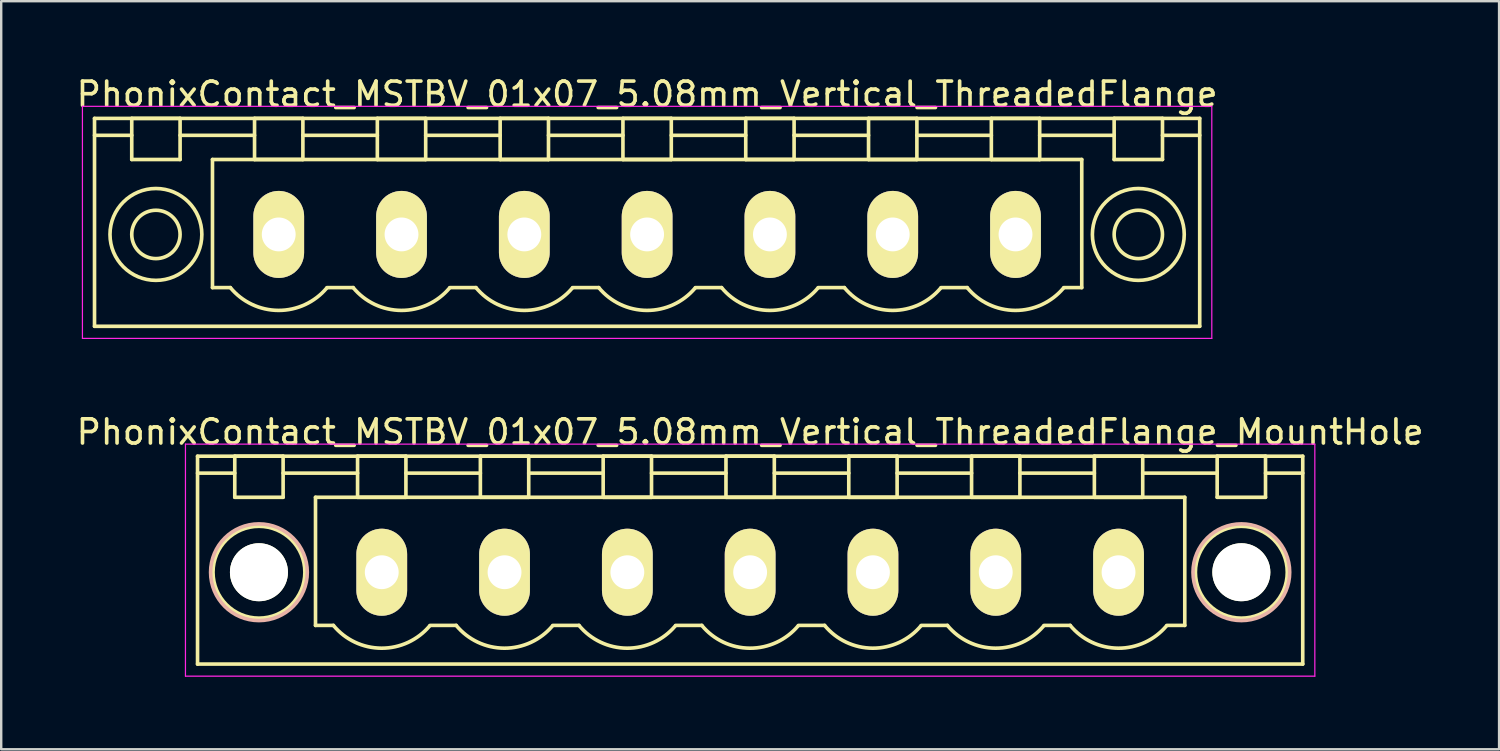
<source format=kicad_pcb>
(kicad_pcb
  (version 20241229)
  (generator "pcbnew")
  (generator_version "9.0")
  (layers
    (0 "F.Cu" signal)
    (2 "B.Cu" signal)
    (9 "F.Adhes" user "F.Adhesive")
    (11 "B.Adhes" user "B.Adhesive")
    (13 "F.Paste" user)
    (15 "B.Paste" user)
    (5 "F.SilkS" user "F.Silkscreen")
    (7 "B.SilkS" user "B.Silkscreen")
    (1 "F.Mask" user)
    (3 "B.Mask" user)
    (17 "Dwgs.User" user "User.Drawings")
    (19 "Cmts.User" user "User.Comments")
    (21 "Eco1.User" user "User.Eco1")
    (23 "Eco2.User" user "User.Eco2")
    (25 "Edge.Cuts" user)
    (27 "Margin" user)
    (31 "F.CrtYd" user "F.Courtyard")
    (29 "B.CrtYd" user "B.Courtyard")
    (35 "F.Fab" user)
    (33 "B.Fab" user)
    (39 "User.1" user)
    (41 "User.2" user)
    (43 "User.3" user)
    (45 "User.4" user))
  (footprint "PhonixContact_MSTBV_01x07_5.08mm_Vertical_ThreadedFlange"
    (layer "F.Cu")
    (at 8.48 6.648)
    (property "Reference" "PhonixContact_MSTBV_01x07_5.08mm_Vertical_ThreadedFlange" (at 15.24 -5.8 0) (layer "F.SilkS") (effects (font (size 1 1) (thickness 0.15))))
    (attr through_hole)
    (fp_line (start -7.62 -4.8) (end -7.62 3.8) (stroke (width 0.15) (type solid)) (layer "F.SilkS"))
    (fp_line (start -7.62 -4.1) (end -6.08 -4.1) (stroke (width 0.15) (type solid)) (layer "F.SilkS"))
    (fp_line (start -7.62 3.8) (end 38.1 3.8) (stroke (width 0.15) (type solid)) (layer "F.SilkS"))
    (fp_line (start -6.08 -4.8) (end -4.08 -4.8) (stroke (width 0.15) (type solid)) (layer "F.SilkS"))
    (fp_line (start -6.08 -3.1) (end -6.08 -4.8) (stroke (width 0.15) (type solid)) (layer "F.SilkS"))
    (fp_line (start -4.08 -4.8) (end -4.08 -3.1) (stroke (width 0.15) (type solid)) (layer "F.SilkS"))
    (fp_line (start -4.08 -4.1) (end -1 -4.1) (stroke (width 0.15) (type solid)) (layer "F.SilkS"))
    (fp_line (start -4.08 -3.1) (end -6.08 -3.1) (stroke (width 0.15) (type solid)) (layer "F.SilkS"))
    (fp_line (start -2.74 -3.1) (end 33.22 -3.1) (stroke (width 0.15) (type solid)) (layer "F.SilkS"))
    (fp_line (start -2.74 2.2) (end -2.74 -3.1) (stroke (width 0.15) (type solid)) (layer "F.SilkS"))
    (fp_line (start -2 2.2) (end -2.74 2.2) (stroke (width 0.15) (type solid)) (layer "F.SilkS"))
    (fp_line (start -1 -4.8) (end 1 -4.8) (stroke (width 0.15) (type solid)) (layer "F.SilkS"))
    (fp_line (start -1 -3.1) (end -1 -4.8) (stroke (width 0.15) (type solid)) (layer "F.SilkS"))
    (fp_line (start 1 -4.8) (end 1 -3.1) (stroke (width 0.15) (type solid)) (layer "F.SilkS"))
    (fp_line (start 1 -4.1) (end 4.08 -4.1) (stroke (width 0.15) (type solid)) (layer "F.SilkS"))
    (fp_line (start 1 -3.1) (end -1 -3.1) (stroke (width 0.15) (type solid)) (layer "F.SilkS"))
    (fp_line (start 2 2.2) (end 3.08 2.2) (stroke (width 0.15) (type solid)) (layer "F.SilkS"))
    (fp_line (start 4.08 -4.8) (end 6.08 -4.8) (stroke (width 0.15) (type solid)) (layer "F.SilkS"))
    (fp_line (start 4.08 -3.1) (end 4.08 -4.8) (stroke (width 0.15) (type solid)) (layer "F.SilkS"))
    (fp_line (start 6.08 -4.8) (end 6.08 -3.1) (stroke (width 0.15) (type solid)) (layer "F.SilkS"))
    (fp_line (start 6.08 -4.1) (end 9.16 -4.1) (stroke (width 0.15) (type solid)) (layer "F.SilkS"))
    (fp_line (start 6.08 -3.1) (end 4.08 -3.1) (stroke (width 0.15) (type solid)) (layer "F.SilkS"))
    (fp_line (start 7.08 2.2) (end 8.16 2.2) (stroke (width 0.15) (type solid)) (layer "F.SilkS"))
    (fp_line (start 9.16 -4.8) (end 11.16 -4.8) (stroke (width 0.15) (type solid)) (layer "F.SilkS"))
    (fp_line (start 9.16 -3.1) (end 9.16 -4.8) (stroke (width 0.15) (type solid)) (layer "F.SilkS"))
    (fp_line (start 11.16 -4.8) (end 11.16 -3.1) (stroke (width 0.15) (type solid)) (layer "F.SilkS"))
    (fp_line (start 11.16 -4.1) (end 14.24 -4.1) (stroke (width 0.15) (type solid)) (layer "F.SilkS"))
    (fp_line (start 11.16 -3.1) (end 9.16 -3.1) (stroke (width 0.15) (type solid)) (layer "F.SilkS"))
    (fp_line (start 12.16 2.2) (end 13.24 2.2) (stroke (width 0.15) (type solid)) (layer "F.SilkS"))
    (fp_line (start 14.24 -4.8) (end 16.24 -4.8) (stroke (width 0.15) (type solid)) (layer "F.SilkS"))
    (fp_line (start 14.24 -3.1) (end 14.24 -4.8) (stroke (width 0.15) (type solid)) (layer "F.SilkS"))
    (fp_line (start 16.24 -4.8) (end 16.24 -3.1) (stroke (width 0.15) (type solid)) (layer "F.SilkS"))
    (fp_line (start 16.24 -4.1) (end 19.32 -4.1) (stroke (width 0.15) (type solid)) (layer "F.SilkS"))
    (fp_line (start 16.24 -3.1) (end 14.24 -3.1) (stroke (width 0.15) (type solid)) (layer "F.SilkS"))
    (fp_line (start 17.24 2.2) (end 18.32 2.2) (stroke (width 0.15) (type solid)) (layer "F.SilkS"))
    (fp_line (start 19.32 -4.8) (end 21.32 -4.8) (stroke (width 0.15) (type solid)) (layer "F.SilkS"))
    (fp_line (start 19.32 -3.1) (end 19.32 -4.8) (stroke (width 0.15) (type solid)) (layer "F.SilkS"))
    (fp_line (start 21.32 -4.8) (end 21.32 -3.1) (stroke (width 0.15) (type solid)) (layer "F.SilkS"))
    (fp_line (start 21.32 -4.1) (end 24.4 -4.1) (stroke (width 0.15) (type solid)) (layer "F.SilkS"))
    (fp_line (start 21.32 -3.1) (end 19.32 -3.1) (stroke (width 0.15) (type solid)) (layer "F.SilkS"))
    (fp_line (start 22.32 2.2) (end 23.4 2.2) (stroke (width 0.15) (type solid)) (layer "F.SilkS"))
    (fp_line (start 24.4 -4.8) (end 26.4 -4.8) (stroke (width 0.15) (type solid)) (layer "F.SilkS"))
    (fp_line (start 24.4 -3.1) (end 24.4 -4.8) (stroke (width 0.15) (type solid)) (layer "F.SilkS"))
    (fp_line (start 26.4 -4.8) (end 26.4 -3.1) (stroke (width 0.15) (type solid)) (layer "F.SilkS"))
    (fp_line (start 26.4 -4.1) (end 29.48 -4.1) (stroke (width 0.15) (type solid)) (layer "F.SilkS"))
    (fp_line (start 26.4 -3.1) (end 24.4 -3.1) (stroke (width 0.15) (type solid)) (layer "F.SilkS"))
    (fp_line (start 27.4 2.2) (end 28.48 2.2) (stroke (width 0.15) (type solid)) (layer "F.SilkS"))
    (fp_line (start 29.48 -4.8) (end 31.48 -4.8) (stroke (width 0.15) (type solid)) (layer "F.SilkS"))
    (fp_line (start 29.48 -3.1) (end 29.48 -4.8) (stroke (width 0.15) (type solid)) (layer "F.SilkS"))
    (fp_line (start 31.48 -4.8) (end 31.48 -3.1) (stroke (width 0.15) (type solid)) (layer "F.SilkS"))
    (fp_line (start 31.48 -4.1) (end 34.56 -4.1) (stroke (width 0.15) (type solid)) (layer "F.SilkS"))
    (fp_line (start 31.48 -3.1) (end 29.48 -3.1) (stroke (width 0.15) (type solid)) (layer "F.SilkS"))
    (fp_line (start 33.22 -3.1) (end 33.22 2.2) (stroke (width 0.15) (type solid)) (layer "F.SilkS"))
    (fp_line (start 33.22 2.2) (end 32.48 2.2) (stroke (width 0.15) (type solid)) (layer "F.SilkS"))
    (fp_line (start 34.56 -4.8) (end 36.56 -4.8) (stroke (width 0.15) (type solid)) (layer "F.SilkS"))
    (fp_line (start 34.56 -3.1) (end 34.56 -4.8) (stroke (width 0.15) (type solid)) (layer "F.SilkS"))
    (fp_line (start 36.56 -4.8) (end 36.56 -3.1) (stroke (width 0.15) (type solid)) (layer "F.SilkS"))
    (fp_line (start 36.56 -3.1) (end 34.56 -3.1) (stroke (width 0.15) (type solid)) (layer "F.SilkS"))
    (fp_line (start 38.1 -4.8) (end -7.62 -4.8) (stroke (width 0.15) (type solid)) (layer "F.SilkS"))
    (fp_line (start 38.1 -4.1) (end 36.56 -4.1) (stroke (width 0.15) (type solid)) (layer "F.SilkS"))
    (fp_line (start 38.1 3.8) (end 38.1 -4.8) (stroke (width 0.15) (type solid)) (layer "F.SilkS"))
    (fp_arc (start 1.986842 2.215821) (mid -0.010289 3.142758) (end -2 2.2) (stroke (width 0.15) (type solid)) (layer "F.SilkS"))
    (fp_arc (start 7.066842 2.215821) (mid 5.069711 3.142758) (end 3.08 2.2) (stroke (width 0.15) (type solid)) (layer "F.SilkS"))
    (fp_arc (start 12.146842 2.215821) (mid 10.149711 3.142758) (end 8.16 2.2) (stroke (width 0.15) (type solid)) (layer "F.SilkS"))
    (fp_arc (start 17.226842 2.215821) (mid 15.229711 3.142758) (end 13.24 2.2) (stroke (width 0.15) (type solid)) (layer "F.SilkS"))
    (fp_arc (start 22.306842 2.215821) (mid 20.309711 3.142758) (end 18.32 2.2) (stroke (width 0.15) (type solid)) (layer "F.SilkS"))
    (fp_arc (start 27.386842 2.215821) (mid 25.389711 3.142758) (end 23.4 2.2) (stroke (width 0.15) (type solid)) (layer "F.SilkS"))
    (fp_arc (start 32.466842 2.215821) (mid 30.469711 3.142758) (end 28.48 2.2) (stroke (width 0.15) (type solid)) (layer "F.SilkS"))
    (fp_circle (center -5.08 0) (end -4.08 0) (stroke (width 0.15) (type solid)) (fill no) (layer "F.SilkS"))
    (fp_circle (center -5.08 0) (end -3.18 0) (stroke (width 0.15) (type solid)) (fill no) (layer "F.SilkS"))
    (fp_circle (center 35.56 0) (end 36.56 0) (stroke (width 0.15) (type solid)) (fill no) (layer "F.SilkS"))
    (fp_circle (center 35.56 0) (end 37.46 0) (stroke (width 0.15) (type solid)) (fill no) (layer "F.SilkS"))
    (fp_line (start -8.12 -5.3) (end -8.12 4.3) (stroke (width 0.05) (type solid)) (layer "F.CrtYd"))
    (fp_line (start -8.12 4.3) (end 38.6 4.3) (stroke (width 0.05) (type solid)) (layer "F.CrtYd"))
    (fp_line (start 38.6 -5.3) (end -8.12 -5.3) (stroke (width 0.05) (type solid)) (layer "F.CrtYd"))
    (fp_line (start 38.6 4.3) (end 38.6 -5.3) (stroke (width 0.05) (type solid)) (layer "F.CrtYd"))
    (pad "1" thru_hole oval (at 0 0) (size 2.1 3.6) (drill 1.4) (layers "*.Cu" "*.Mask" "F.SilkS"))
    (pad "2" thru_hole oval (at 5.08 0) (size 2.1 3.6) (drill 1.4) (layers "*.Cu" "*.Mask" "F.SilkS"))
    (pad "3" thru_hole oval (at 10.16 0) (size 2.1 3.6) (drill 1.4) (layers "*.Cu" "*.Mask" "F.SilkS"))
    (pad "4" thru_hole oval (at 15.24 0) (size 2.1 3.6) (drill 1.4) (layers "*.Cu" "*.Mask" "F.SilkS"))
    (pad "5" thru_hole oval (at 20.32 0) (size 2.1 3.6) (drill 1.4) (layers "*.Cu" "*.Mask" "F.SilkS"))
    (pad "6" thru_hole oval (at 25.4 0) (size 2.1 3.6) (drill 1.4) (layers "*.Cu" "*.Mask" "F.SilkS"))
    (pad "7" thru_hole oval (at 30.48 0) (size 2.1 3.6) (drill 1.4) (layers "*.Cu" "*.Mask" "F.SilkS")))
  (footprint "PhonixContact_MSTBV_01x07_5.08mm_Vertical_ThreadedFlange_MountHole"
    (layer "F.Cu")
    (at 12.742 20.622)
    (property "Reference" "PhonixContact_MSTBV_01x07_5.08mm_Vertical_ThreadedFlange_MountHole" (at 15.24 -5.8 0) (layer "F.SilkS") (effects (font (size 1 1) (thickness 0.15))))
    (attr through_hole)
    (fp_line (start -7.62 -4.8) (end -7.62 3.8) (stroke (width 0.15) (type solid)) (layer "F.SilkS"))
    (fp_line (start -7.62 -4.1) (end -6.08 -4.1) (stroke (width 0.15) (type solid)) (layer "F.SilkS"))
    (fp_line (start -7.62 3.8) (end 38.1 3.8) (stroke (width 0.15) (type solid)) (layer "F.SilkS"))
    (fp_line (start -6.08 -4.8) (end -4.08 -4.8) (stroke (width 0.15) (type solid)) (layer "F.SilkS"))
    (fp_line (start -6.08 -3.1) (end -6.08 -4.8) (stroke (width 0.15) (type solid)) (layer "F.SilkS"))
    (fp_line (start -4.08 -4.8) (end -4.08 -3.1) (stroke (width 0.15) (type solid)) (layer "F.SilkS"))
    (fp_line (start -4.08 -4.1) (end -1 -4.1) (stroke (width 0.15) (type solid)) (layer "F.SilkS"))
    (fp_line (start -4.08 -3.1) (end -6.08 -3.1) (stroke (width 0.15) (type solid)) (layer "F.SilkS"))
    (fp_line (start -2.74 -3.1) (end 33.22 -3.1) (stroke (width 0.15) (type solid)) (layer "F.SilkS"))
    (fp_line (start -2.74 2.2) (end -2.74 -3.1) (stroke (width 0.15) (type solid)) (layer "F.SilkS"))
    (fp_line (start -2 2.2) (end -2.74 2.2) (stroke (width 0.15) (type solid)) (layer "F.SilkS"))
    (fp_line (start -1 -4.8) (end 1 -4.8) (stroke (width 0.15) (type solid)) (layer "F.SilkS"))
    (fp_line (start -1 -3.1) (end -1 -4.8) (stroke (width 0.15) (type solid)) (layer "F.SilkS"))
    (fp_line (start 1 -4.8) (end 1 -3.1) (stroke (width 0.15) (type solid)) (layer "F.SilkS"))
    (fp_line (start 1 -4.1) (end 4.08 -4.1) (stroke (width 0.15) (type solid)) (layer "F.SilkS"))
    (fp_line (start 1 -3.1) (end -1 -3.1) (stroke (width 0.15) (type solid)) (layer "F.SilkS"))
    (fp_line (start 2 2.2) (end 3.08 2.2) (stroke (width 0.15) (type solid)) (layer "F.SilkS"))
    (fp_line (start 4.08 -4.8) (end 6.08 -4.8) (stroke (width 0.15) (type solid)) (layer "F.SilkS"))
    (fp_line (start 4.08 -3.1) (end 4.08 -4.8) (stroke (width 0.15) (type solid)) (layer "F.SilkS"))
    (fp_line (start 6.08 -4.8) (end 6.08 -3.1) (stroke (width 0.15) (type solid)) (layer "F.SilkS"))
    (fp_line (start 6.08 -4.1) (end 9.16 -4.1) (stroke (width 0.15) (type solid)) (layer "F.SilkS"))
    (fp_line (start 6.08 -3.1) (end 4.08 -3.1) (stroke (width 0.15) (type solid)) (layer "F.SilkS"))
    (fp_line (start 7.08 2.2) (end 8.16 2.2) (stroke (width 0.15) (type solid)) (layer "F.SilkS"))
    (fp_line (start 9.16 -4.8) (end 11.16 -4.8) (stroke (width 0.15) (type solid)) (layer "F.SilkS"))
    (fp_line (start 9.16 -3.1) (end 9.16 -4.8) (stroke (width 0.15) (type solid)) (layer "F.SilkS"))
    (fp_line (start 11.16 -4.8) (end 11.16 -3.1) (stroke (width 0.15) (type solid)) (layer "F.SilkS"))
    (fp_line (start 11.16 -4.1) (end 14.24 -4.1) (stroke (width 0.15) (type solid)) (layer "F.SilkS"))
    (fp_line (start 11.16 -3.1) (end 9.16 -3.1) (stroke (width 0.15) (type solid)) (layer "F.SilkS"))
    (fp_line (start 12.16 2.2) (end 13.24 2.2) (stroke (width 0.15) (type solid)) (layer "F.SilkS"))
    (fp_line (start 14.24 -4.8) (end 16.24 -4.8) (stroke (width 0.15) (type solid)) (layer "F.SilkS"))
    (fp_line (start 14.24 -3.1) (end 14.24 -4.8) (stroke (width 0.15) (type solid)) (layer "F.SilkS"))
    (fp_line (start 16.24 -4.8) (end 16.24 -3.1) (stroke (width 0.15) (type solid)) (layer "F.SilkS"))
    (fp_line (start 16.24 -4.1) (end 19.32 -4.1) (stroke (width 0.15) (type solid)) (layer "F.SilkS"))
    (fp_line (start 16.24 -3.1) (end 14.24 -3.1) (stroke (width 0.15) (type solid)) (layer "F.SilkS"))
    (fp_line (start 17.24 2.2) (end 18.32 2.2) (stroke (width 0.15) (type solid)) (layer "F.SilkS"))
    (fp_line (start 19.32 -4.8) (end 21.32 -4.8) (stroke (width 0.15) (type solid)) (layer "F.SilkS"))
    (fp_line (start 19.32 -3.1) (end 19.32 -4.8) (stroke (width 0.15) (type solid)) (layer "F.SilkS"))
    (fp_line (start 21.32 -4.8) (end 21.32 -3.1) (stroke (width 0.15) (type solid)) (layer "F.SilkS"))
    (fp_line (start 21.32 -4.1) (end 24.4 -4.1) (stroke (width 0.15) (type solid)) (layer "F.SilkS"))
    (fp_line (start 21.32 -3.1) (end 19.32 -3.1) (stroke (width 0.15) (type solid)) (layer "F.SilkS"))
    (fp_line (start 22.32 2.2) (end 23.4 2.2) (stroke (width 0.15) (type solid)) (layer "F.SilkS"))
    (fp_line (start 24.4 -4.8) (end 26.4 -4.8) (stroke (width 0.15) (type solid)) (layer "F.SilkS"))
    (fp_line (start 24.4 -3.1) (end 24.4 -4.8) (stroke (width 0.15) (type solid)) (layer "F.SilkS"))
    (fp_line (start 26.4 -4.8) (end 26.4 -3.1) (stroke (width 0.15) (type solid)) (layer "F.SilkS"))
    (fp_line (start 26.4 -4.1) (end 29.48 -4.1) (stroke (width 0.15) (type solid)) (layer "F.SilkS"))
    (fp_line (start 26.4 -3.1) (end 24.4 -3.1) (stroke (width 0.15) (type solid)) (layer "F.SilkS"))
    (fp_line (start 27.4 2.2) (end 28.48 2.2) (stroke (width 0.15) (type solid)) (layer "F.SilkS"))
    (fp_line (start 29.48 -4.8) (end 31.48 -4.8) (stroke (width 0.15) (type solid)) (layer "F.SilkS"))
    (fp_line (start 29.48 -3.1) (end 29.48 -4.8) (stroke (width 0.15) (type solid)) (layer "F.SilkS"))
    (fp_line (start 31.48 -4.8) (end 31.48 -3.1) (stroke (width 0.15) (type solid)) (layer "F.SilkS"))
    (fp_line (start 31.48 -4.1) (end 34.56 -4.1) (stroke (width 0.15) (type solid)) (layer "F.SilkS"))
    (fp_line (start 31.48 -3.1) (end 29.48 -3.1) (stroke (width 0.15) (type solid)) (layer "F.SilkS"))
    (fp_line (start 33.22 -3.1) (end 33.22 2.2) (stroke (width 0.15) (type solid)) (layer "F.SilkS"))
    (fp_line (start 33.22 2.2) (end 32.48 2.2) (stroke (width 0.15) (type solid)) (layer "F.SilkS"))
    (fp_line (start 34.56 -4.8) (end 36.56 -4.8) (stroke (width 0.15) (type solid)) (layer "F.SilkS"))
    (fp_line (start 34.56 -3.1) (end 34.56 -4.8) (stroke (width 0.15) (type solid)) (layer "F.SilkS"))
    (fp_line (start 36.56 -4.8) (end 36.56 -3.1) (stroke (width 0.15) (type solid)) (layer "F.SilkS"))
    (fp_line (start 36.56 -3.1) (end 34.56 -3.1) (stroke (width 0.15) (type solid)) (layer "F.SilkS"))
    (fp_line (start 38.1 -4.8) (end -7.62 -4.8) (stroke (width 0.15) (type solid)) (layer "F.SilkS"))
    (fp_line (start 38.1 -4.1) (end 36.56 -4.1) (stroke (width 0.15) (type solid)) (layer "F.SilkS"))
    (fp_line (start 38.1 3.8) (end 38.1 -4.8) (stroke (width 0.15) (type solid)) (layer "F.SilkS"))
    (fp_arc (start 1.986842 2.215821) (mid -0.010289 3.142758) (end -2 2.2) (stroke (width 0.15) (type solid)) (layer "F.SilkS"))
    (fp_arc (start 7.066842 2.215821) (mid 5.069711 3.142758) (end 3.08 2.2) (stroke (width 0.15) (type solid)) (layer "F.SilkS"))
    (fp_arc (start 12.146842 2.215821) (mid 10.149711 3.142758) (end 8.16 2.2) (stroke (width 0.15) (type solid)) (layer "F.SilkS"))
    (fp_arc (start 17.226842 2.215821) (mid 15.229711 3.142758) (end 13.24 2.2) (stroke (width 0.15) (type solid)) (layer "F.SilkS"))
    (fp_arc (start 22.306842 2.215821) (mid 20.309711 3.142758) (end 18.32 2.2) (stroke (width 0.15) (type solid)) (layer "F.SilkS"))
    (fp_arc (start 27.386842 2.215821) (mid 25.389711 3.142758) (end 23.4 2.2) (stroke (width 0.15) (type solid)) (layer "F.SilkS"))
    (fp_arc (start 32.466842 2.215821) (mid 30.469711 3.142758) (end 28.48 2.2) (stroke (width 0.15) (type solid)) (layer "F.SilkS"))
    (fp_circle (center -5.08 0) (end -4.08 0) (stroke (width 0.15) (type solid)) (fill no) (layer "F.SilkS"))
    (fp_circle (center -5.08 0) (end -3.18 0) (stroke (width 0.15) (type solid)) (fill no) (layer "F.SilkS"))
    (fp_circle (center 35.56 0) (end 36.56 0) (stroke (width 0.15) (type solid)) (fill no) (layer "F.SilkS"))
    (fp_circle (center 35.56 0) (end 37.46 0) (stroke (width 0.15) (type solid)) (fill no) (layer "F.SilkS"))
    (fp_circle (center -5.08 0) (end -3.08 0) (stroke (width 0.15) (type solid)) (fill no) (layer "B.SilkS"))
    (fp_circle (center 35.56 0) (end 37.56 0) (stroke (width 0.15) (type solid)) (fill no) (layer "B.SilkS"))
    (fp_line (start -8.12 -5.3) (end -8.12 4.3) (stroke (width 0.05) (type solid)) (layer "F.CrtYd"))
    (fp_line (start -8.12 4.3) (end 38.6 4.3) (stroke (width 0.05) (type solid)) (layer "F.CrtYd"))
    (fp_line (start 38.6 -5.3) (end -8.12 -5.3) (stroke (width 0.05) (type solid)) (layer "F.CrtYd"))
    (fp_line (start 38.6 4.3) (end 38.6 -5.3) (stroke (width 0.05) (type solid)) (layer "F.CrtYd"))
    (pad "" np_thru_hole circle (at -5.08 0) (size 2.4 2.4) (drill 2.4) (layers "*.Cu" "*.Mask" "F.SilkS"))
    (pad "" np_thru_hole circle (at 35.56 0) (size 2.4 2.4) (drill 2.4) (layers "*.Cu" "*.Mask" "F.SilkS"))
    (pad "1" thru_hole oval (at 0 0) (size 2.1 3.6) (drill 1.4) (layers "*.Cu" "*.Mask" "F.SilkS"))
    (pad "2" thru_hole oval (at 5.08 0) (size 2.1 3.6) (drill 1.4) (layers "*.Cu" "*.Mask" "F.SilkS"))
    (pad "3" thru_hole oval (at 10.16 0) (size 2.1 3.6) (drill 1.4) (layers "*.Cu" "*.Mask" "F.SilkS"))
    (pad "4" thru_hole oval (at 15.24 0) (size 2.1 3.6) (drill 1.4) (layers "*.Cu" "*.Mask" "F.SilkS"))
    (pad "5" thru_hole oval (at 20.32 0) (size 2.1 3.6) (drill 1.4) (layers "*.Cu" "*.Mask" "F.SilkS"))
    (pad "6" thru_hole oval (at 25.4 0) (size 2.1 3.6) (drill 1.4) (layers "*.Cu" "*.Mask" "F.SilkS"))
    (pad "7" thru_hole oval (at 30.48 0) (size 2.1 3.6) (drill 1.4) (layers "*.Cu" "*.Mask" "F.SilkS")))
  (gr_rect
    (start -3 -3)
    (end 58.964 27.947)
    (stroke (width 0.1) (type default))
    (fill no)
    (layer "Edge.Cuts")))
</source>
